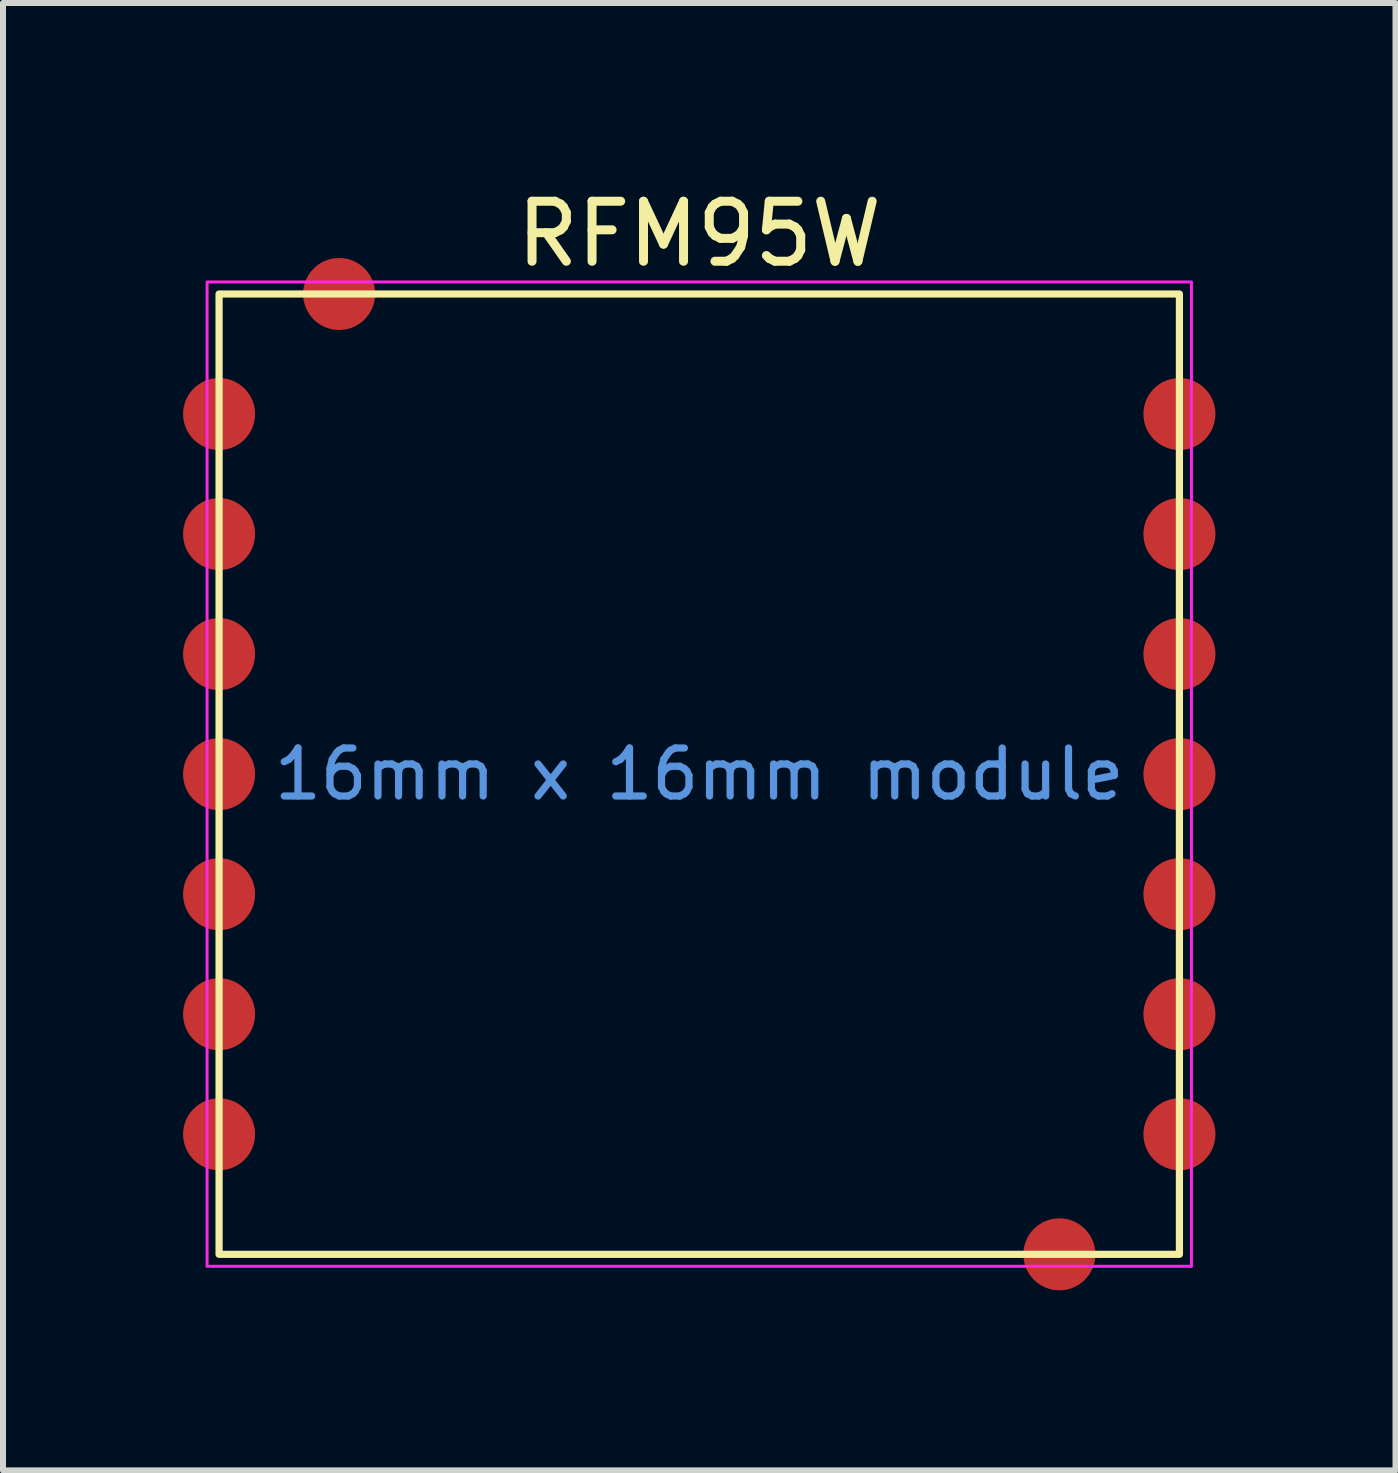
<source format=kicad_pcb>
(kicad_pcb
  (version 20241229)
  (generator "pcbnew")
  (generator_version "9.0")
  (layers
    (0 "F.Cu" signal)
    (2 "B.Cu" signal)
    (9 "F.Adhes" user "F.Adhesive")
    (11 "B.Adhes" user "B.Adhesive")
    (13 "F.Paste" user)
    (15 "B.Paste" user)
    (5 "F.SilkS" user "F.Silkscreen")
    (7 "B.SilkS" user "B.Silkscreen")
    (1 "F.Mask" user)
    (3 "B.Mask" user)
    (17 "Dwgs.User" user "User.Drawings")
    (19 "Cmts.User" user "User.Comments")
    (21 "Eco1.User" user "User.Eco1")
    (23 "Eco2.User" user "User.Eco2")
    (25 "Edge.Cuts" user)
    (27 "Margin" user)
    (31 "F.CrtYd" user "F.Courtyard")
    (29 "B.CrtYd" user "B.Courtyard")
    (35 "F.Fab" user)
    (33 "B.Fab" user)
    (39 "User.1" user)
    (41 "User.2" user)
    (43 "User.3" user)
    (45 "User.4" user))
  (footprint "RFM95W"
    (layer "F.Cu")
    (at 8.6 9.848)
    (property "Reference" "RFM95W" (at 0 -9 0) (layer "F.SilkS") (effects (font (size 1 1) (thickness 0.15))))
    (attr smd)
    (fp_rect (start -8 -8) (end 8 8) (stroke (width 0.12) (type solid)) (fill no) (layer "F.SilkS"))
    (fp_rect (start -8.2 -8.2) (end 8.2 8.2) (stroke (width 0.05) (type solid)) (fill no) (layer "F.CrtYd"))
    (fp_text user "16mm x 16mm module" (at 0 0 0) (layer "Cmts.User") (effects (font (size 0.8 0.8) (thickness 0.12))))
    (pad "1" smd circle (at -8 6) (size 1.2 1.2) (layers "F.Cu" "F.Mask" "F.Paste"))
    (pad "2" smd circle (at -8 4) (size 1.2 1.2) (layers "F.Cu" "F.Mask" "F.Paste"))
    (pad "3" smd circle (at -8 2) (size 1.2 1.2) (layers "F.Cu" "F.Mask" "F.Paste"))
    (pad "4" smd circle (at -8 0) (size 1.2 1.2) (layers "F.Cu" "F.Mask" "F.Paste"))
    (pad "5" smd circle (at -8 -2) (size 1.2 1.2) (layers "F.Cu" "F.Mask" "F.Paste"))
    (pad "6" smd circle (at -8 -4) (size 1.2 1.2) (layers "F.Cu" "F.Mask" "F.Paste"))
    (pad "7" smd circle (at -8 -6) (size 1.2 1.2) (layers "F.Cu" "F.Mask" "F.Paste"))
    (pad "8" smd circle (at -6 -8) (size 1.2 1.2) (layers "F.Cu" "F.Mask" "F.Paste"))
    (pad "9" smd circle (at 8 6) (size 1.2 1.2) (layers "F.Cu" "F.Mask" "F.Paste"))
    (pad "10" smd circle (at 8 4) (size 1.2 1.2) (layers "F.Cu" "F.Mask" "F.Paste"))
    (pad "11" smd circle (at 8 2) (size 1.2 1.2) (layers "F.Cu" "F.Mask" "F.Paste"))
    (pad "12" smd circle (at 8 0) (size 1.2 1.2) (layers "F.Cu" "F.Mask" "F.Paste"))
    (pad "13" smd circle (at 8 -2) (size 1.2 1.2) (layers "F.Cu" "F.Mask" "F.Paste"))
    (pad "14" smd circle (at 8 -4) (size 1.2 1.2) (layers "F.Cu" "F.Mask" "F.Paste"))
    (pad "15" smd circle (at 8 -6) (size 1.2 1.2) (layers "F.Cu" "F.Mask" "F.Paste"))
    (pad "16" smd circle (at 6 8) (size 1.2 1.2) (layers "F.Cu" "F.Mask" "F.Paste")))
  (gr_rect
    (start -3 -3)
    (end 20.2 21.448)
    (stroke (width 0.1) (type default))
    (fill no)
    (layer "Edge.Cuts")))
</source>
